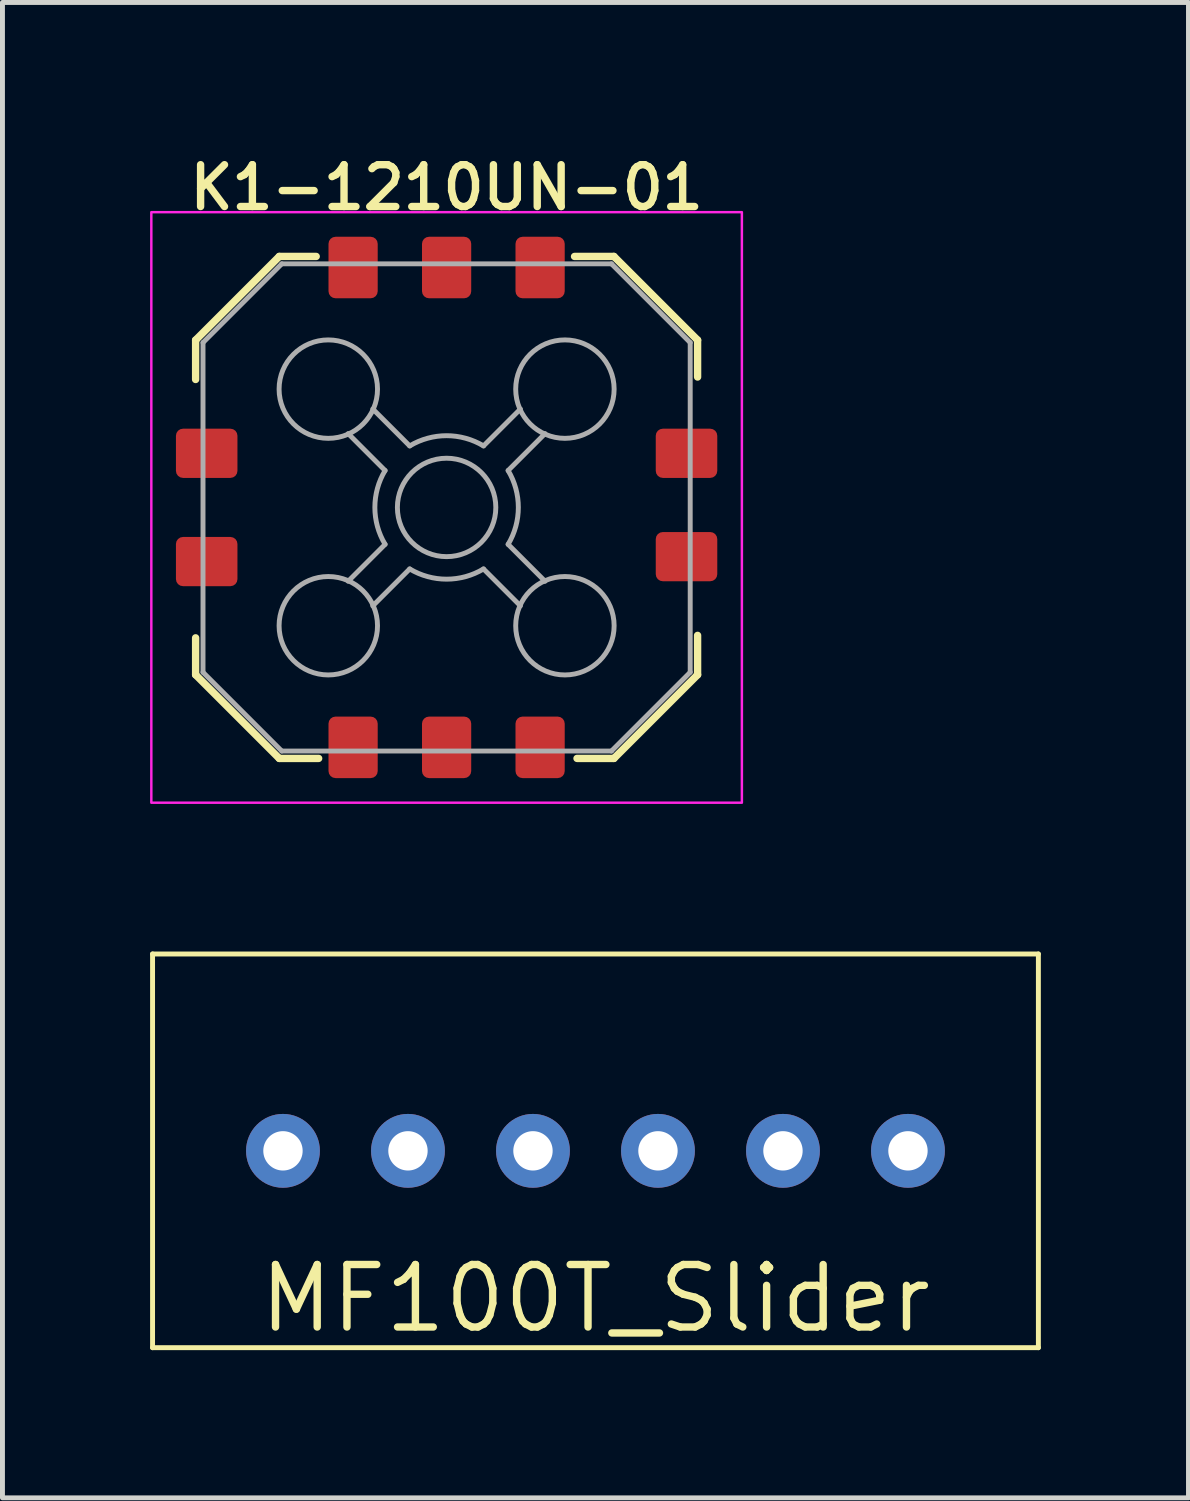
<source format=kicad_pcb>
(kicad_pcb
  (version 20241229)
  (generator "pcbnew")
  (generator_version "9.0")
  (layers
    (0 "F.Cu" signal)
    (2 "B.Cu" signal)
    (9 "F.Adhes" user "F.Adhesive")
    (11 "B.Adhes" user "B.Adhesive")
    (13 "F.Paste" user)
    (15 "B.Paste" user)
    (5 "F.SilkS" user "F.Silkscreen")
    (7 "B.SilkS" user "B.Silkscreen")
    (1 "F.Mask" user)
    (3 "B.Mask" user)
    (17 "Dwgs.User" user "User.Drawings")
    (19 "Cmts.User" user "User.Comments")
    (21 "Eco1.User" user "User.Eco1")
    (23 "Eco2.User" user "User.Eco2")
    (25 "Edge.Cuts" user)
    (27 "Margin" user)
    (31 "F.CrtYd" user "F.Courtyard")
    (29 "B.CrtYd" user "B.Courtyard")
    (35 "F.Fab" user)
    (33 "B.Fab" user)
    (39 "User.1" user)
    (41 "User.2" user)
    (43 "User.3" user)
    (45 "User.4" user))
  (footprint "K1-1210UN-01"
    (layer "F.Cu")
    (at 6.025 7.261)
    (property "Reference" "K1-1210UN-01" (at 0 -6.5 0) (unlocked yes) (layer "F.SilkS") (effects (font (size 0.85 0.85) (thickness 0.15) (bold yes))))
    (attr smd)
    (fp_line (start -5.1 -3.4) (end -5.1 -2.6) (stroke (width 0.15) (type default)) (layer "F.SilkS"))
    (fp_line (start -5.1 -3.4) (end -3.4 -5.1) (stroke (width 0.15) (type default)) (layer "F.SilkS"))
    (fp_line (start -5.1 3.4) (end -5.1 2.65) (stroke (width 0.15) (type default)) (layer "F.SilkS"))
    (fp_line (start -3.4 -5.1) (end -2.65 -5.1) (stroke (width 0.15) (type default)) (layer "F.SilkS"))
    (fp_line (start -3.4 5.1) (end -5.1 3.4) (stroke (width 0.15) (type default)) (layer "F.SilkS"))
    (fp_line (start -3.4 5.1) (end -2.6 5.1) (stroke (width 0.15) (type default)) (layer "F.SilkS"))
    (fp_line (start 3.4 -5.1) (end 2.6 -5.1) (stroke (width 0.15) (type default)) (layer "F.SilkS"))
    (fp_line (start 3.4 -5.1) (end 5.1 -3.4) (stroke (width 0.15) (type default)) (layer "F.SilkS"))
    (fp_line (start 3.4 5.1) (end 2.65 5.1) (stroke (width 0.15) (type default)) (layer "F.SilkS"))
    (fp_line (start 5.1 -3.4) (end 5.1 -2.65) (stroke (width 0.15) (type default)) (layer "F.SilkS"))
    (fp_line (start 5.1 3.4) (end 3.4 5.1) (stroke (width 0.15) (type default)) (layer "F.SilkS"))
    (fp_line (start 5.1 3.4) (end 5.1 2.6) (stroke (width 0.15) (type default)) (layer "F.SilkS"))
    (fp_rect (start -6 -6) (end 6 6) (stroke (width 0.05) (type default)) (fill no) (layer "F.CrtYd"))
    (fp_line (start -4.95 -3.35) (end -4.95 3.35) (stroke (width 0.1) (type solid)) (layer "F.Fab"))
    (fp_line (start -4.95 -3.35) (end -3.35 -4.95) (stroke (width 0.1) (type default)) (layer "F.Fab"))
    (fp_line (start -3.35 4.95) (end -4.95 3.35) (stroke (width 0.1) (type default)) (layer "F.Fab"))
    (fp_line (start -3.35 4.95) (end 3.35 4.95) (stroke (width 0.1) (type solid)) (layer "F.Fab"))
    (fp_line (start -1.25 -0.75) (end -2 -1.5) (stroke (width 0.1) (type default)) (layer "F.Fab"))
    (fp_line (start -1.25 0.75) (end -2 1.5) (stroke (width 0.1) (type default)) (layer "F.Fab"))
    (fp_line (start -0.75 -1.25) (end -1.5 -2) (stroke (width 0.1) (type default)) (layer "F.Fab"))
    (fp_line (start -0.75 1.25) (end -1.5 2) (stroke (width 0.1) (type default)) (layer "F.Fab"))
    (fp_line (start 0.75 -1.25) (end 1.5 -2) (stroke (width 0.1) (type default)) (layer "F.Fab"))
    (fp_line (start 0.75 1.25) (end 1.5 2) (stroke (width 0.1) (type default)) (layer "F.Fab"))
    (fp_line (start 1.25 -0.75) (end 2 -1.5) (stroke (width 0.1) (type default)) (layer "F.Fab"))
    (fp_line (start 1.25 0.75) (end 2 1.5) (stroke (width 0.1) (type default)) (layer "F.Fab"))
    (fp_line (start 3.35 -4.95) (end -3.35 -4.95) (stroke (width 0.1) (type solid)) (layer "F.Fab"))
    (fp_line (start 3.35 -4.95) (end 4.95 -3.35) (stroke (width 0.1) (type default)) (layer "F.Fab"))
    (fp_line (start 4.95 3.35) (end 3.35 4.95) (stroke (width 0.1) (type default)) (layer "F.Fab"))
    (fp_line (start 4.95 3.35) (end 4.95 -3.35) (stroke (width 0.1) (type solid)) (layer "F.Fab"))
    (fp_arc (start -1.25 0.75) (mid -1.457738 0) (end -1.25 -0.75) (stroke (width 0.1) (type default)) (layer "F.Fab"))
    (fp_arc (start -0.75 -1.25) (mid 0 -1.457738) (end 0.75 -1.25) (stroke (width 0.1) (type default)) (layer "F.Fab"))
    (fp_arc (start 0.75 1.25) (mid 0 1.457738) (end -0.75 1.25) (stroke (width 0.1) (type default)) (layer "F.Fab"))
    (fp_arc (start 1.25 -0.75) (mid 1.457738 0) (end 1.25 0.75) (stroke (width 0.1) (type default)) (layer "F.Fab"))
    (fp_circle (center -2.404 -2.404) (end -3.404 -2.404) (stroke (width 0.1) (type default)) (fill no) (layer "F.Fab"))
    (fp_circle (center -2.404 2.404) (end -2.404 3.404) (stroke (width 0.1) (type default)) (fill no) (layer "F.Fab"))
    (fp_circle (center 0 0) (end 0 -1) (stroke (width 0.1) (type default)) (fill no) (layer "F.Fab"))
    (fp_circle (center 2.404 -2.404) (end 2.404 -3.404) (stroke (width 0.1) (type default)) (fill no) (layer "F.Fab"))
    (fp_circle (center 2.404 2.404) (end 3.404 2.404) (stroke (width 0.1) (type default)) (fill no) (layer "F.Fab"))
    (pad "1" smd roundrect (at 4.875 -1.1) (size 1.25 1) (layers "F.Cu" "F.Mask") (roundrect_rratio 0.143))
    (pad "2" smd roundrect (at 4.875 1) (size 1.25 1) (layers "F.Cu" "F.Mask") (roundrect_rratio 0.143))
    (pad "3" smd roundrect (at 1.9 4.875 90) (size 1.25 1) (layers "F.Cu" "F.Mask") (roundrect_rratio 0.143))
    (pad "4" smd roundrect (at 0 4.875 90) (size 1.25 1) (layers "F.Cu" "F.Mask") (roundrect_rratio 0.143))
    (pad "5" smd roundrect (at -1.9 4.875 90) (size 1.25 1) (layers "F.Cu" "F.Mask") (roundrect_rratio 0.143))
    (pad "6" smd roundrect (at -4.875 1.1 180) (size 1.25 1) (layers "F.Cu" "F.Mask") (roundrect_rratio 0.143))
    (pad "7" smd roundrect (at -4.875 -1.1 180) (size 1.25 1) (layers "F.Cu" "F.Mask") (roundrect_rratio 0.143))
    (pad "8" smd roundrect (at -1.9 -4.875 90) (size 1.25 1) (layers "F.Cu" "F.Mask") (roundrect_rratio 0.143))
    (pad "9" smd roundrect (at 0 -4.875 90) (size 1.25 1) (layers "F.Cu" "F.Mask") (roundrect_rratio 0.143))
    (pad "10" smd roundrect (at 1.9 -4.875 90) (size 1.25 1) (layers "F.Cu" "F.Mask") (roundrect_rratio 0.143)))
  (footprint "MF100T_Slider"
    (layer "F.Cu")
    (at 9.05 20.335)
    (property "Reference" "MF100T_Slider" (at 0 3 0) (layer "F.SilkS") (effects (font (size 1.27 1.27) (thickness 0.15))))
    (attr through_hole)
    (fp_line (start -9 -4) (end -9 4) (stroke (width 0.1) (type solid)) (layer "F.SilkS"))
    (fp_line (start -9 4) (end 9 4) (stroke (width 0.1) (type solid)) (layer "F.SilkS"))
    (fp_line (start 9 -4) (end -9 -4) (stroke (width 0.1) (type solid)) (layer "F.SilkS"))
    (fp_line (start 9 4) (end 9 -4) (stroke (width 0.1) (type solid)) (layer "F.SilkS"))
    (pad "1" thru_hole circle (at -6.35 0) (size 1.5 1.5) (drill 0.8) (layers "*.Cu" "*.Mask"))
    (pad "2" thru_hole circle (at -3.81 0) (size 1.5 1.5) (drill 0.8) (layers "*.Cu" "*.Mask"))
    (pad "3" thru_hole circle (at -1.27 0) (size 1.5 1.5) (drill 0.8) (layers "*.Cu" "*.Mask"))
    (pad "4" thru_hole circle (at 1.27 0) (size 1.5 1.5) (drill 0.8) (layers "*.Cu" "*.Mask"))
    (pad "5" thru_hole circle (at 3.81 0) (size 1.5 1.5) (drill 0.8) (layers "*.Cu" "*.Mask"))
    (pad "6" thru_hole circle (at 6.35 0) (size 1.5 1.5) (drill 0.8) (layers "*.Cu" "*.Mask")))
  (gr_rect
    (start -3 -3)
    (end 21.1 27.386)
    (stroke (width 0.1) (type default))
    (fill no)
    (layer "Edge.Cuts")))
</source>
